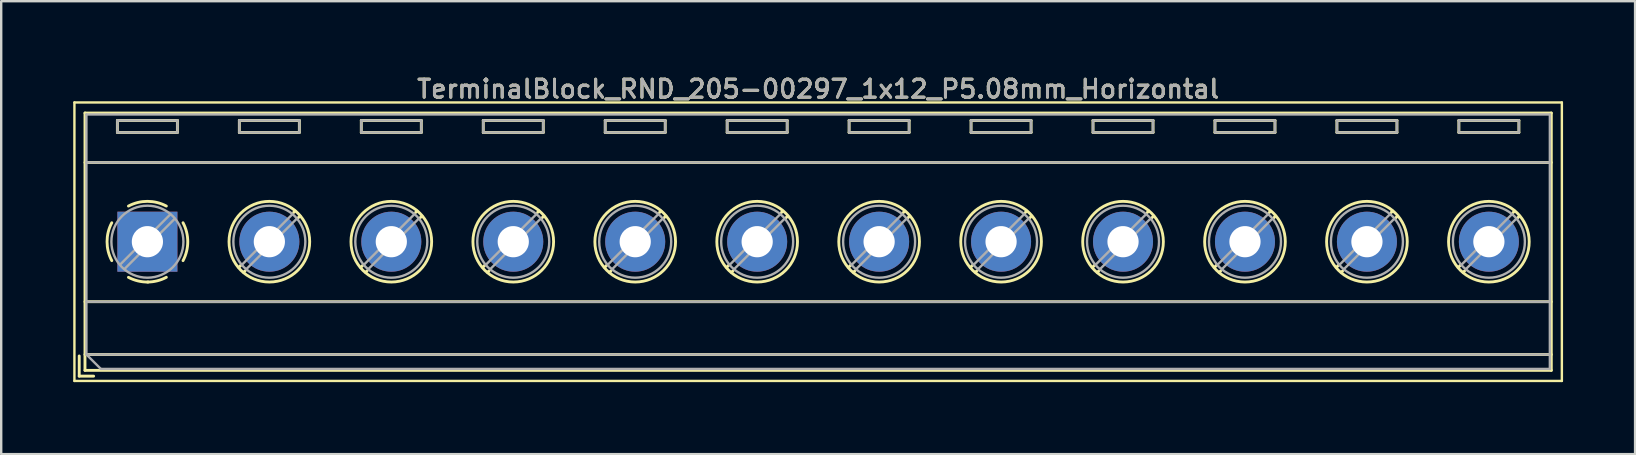
<source format=kicad_pcb>
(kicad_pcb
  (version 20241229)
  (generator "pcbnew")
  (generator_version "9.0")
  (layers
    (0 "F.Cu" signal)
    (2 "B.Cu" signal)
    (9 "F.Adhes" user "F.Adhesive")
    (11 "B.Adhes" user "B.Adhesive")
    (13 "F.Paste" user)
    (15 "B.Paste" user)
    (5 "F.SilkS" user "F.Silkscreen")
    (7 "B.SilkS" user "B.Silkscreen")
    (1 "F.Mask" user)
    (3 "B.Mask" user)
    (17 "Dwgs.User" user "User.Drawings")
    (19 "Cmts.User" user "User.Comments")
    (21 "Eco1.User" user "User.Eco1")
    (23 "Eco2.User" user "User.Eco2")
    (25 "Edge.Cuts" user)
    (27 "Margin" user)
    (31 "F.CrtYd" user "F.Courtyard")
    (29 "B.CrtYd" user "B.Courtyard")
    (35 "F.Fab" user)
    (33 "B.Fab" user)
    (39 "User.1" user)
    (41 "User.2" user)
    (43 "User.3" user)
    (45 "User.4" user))
  (footprint "TerminalBlock_RND_205-00297_1x12_P5.08mm_Horizontal"
    (layer "F.Cu")
    (at 3.09 7.018)
    (property "Reference" "TerminalBlock_RND_205-00297_1x12_P5.08mm_Horizontal" (at 27.94 -6.36 0) (layer "F.SilkS") (effects (font (size 0.75 0.75) (thickness 0.125))))
    (attr through_hole)
    (fp_line (start -3.04 -5.8) (end -3.04 5.8) (stroke (width 0.1) (type solid)) (layer "F.SilkS"))
    (fp_line (start -3.04 5.8) (end 58.92 5.8) (stroke (width 0.1) (type solid)) (layer "F.SilkS"))
    (fp_line (start -2.84 4.76) (end -2.84 5.6) (stroke (width 0.12) (type solid)) (layer "F.SilkS"))
    (fp_line (start -2.84 5.6) (end -2.24 5.6) (stroke (width 0.12) (type solid)) (layer "F.SilkS"))
    (fp_line (start -2.6 -5.36) (end -2.6 5.36) (stroke (width 0.12) (type solid)) (layer "F.SilkS"))
    (fp_line (start -2.6 -5.36) (end 58.48 -5.36) (stroke (width 0.12) (type solid)) (layer "F.SilkS"))
    (fp_line (start -2.6 -3.3) (end 58.48 -3.3) (stroke (width 0.12) (type solid)) (layer "F.SilkS"))
    (fp_line (start -2.6 2.5) (end 58.48 2.5) (stroke (width 0.12) (type solid)) (layer "F.SilkS"))
    (fp_line (start -2.6 4.7) (end 58.48 4.7) (stroke (width 0.12) (type solid)) (layer "F.SilkS"))
    (fp_line (start -2.6 5.36) (end 58.48 5.36) (stroke (width 0.12) (type solid)) (layer "F.SilkS"))
    (fp_line (start -1.25 -5.05) (end -1.25 -4.55) (stroke (width 0.12) (type solid)) (layer "F.SilkS"))
    (fp_line (start -1.25 -5.05) (end 1.25 -5.05) (stroke (width 0.12) (type solid)) (layer "F.SilkS"))
    (fp_line (start -1.25 -4.55) (end 1.25 -4.55) (stroke (width 0.12) (type solid)) (layer "F.SilkS"))
    (fp_line (start 1.25 -5.05) (end 1.25 -4.55) (stroke (width 0.12) (type solid)) (layer "F.SilkS"))
    (fp_line (start 3.83 -5.05) (end 3.83 -4.55) (stroke (width 0.12) (type solid)) (layer "F.SilkS"))
    (fp_line (start 3.83 -5.05) (end 6.33 -5.05) (stroke (width 0.12) (type solid)) (layer "F.SilkS"))
    (fp_line (start 3.83 -4.55) (end 6.33 -4.55) (stroke (width 0.12) (type solid)) (layer "F.SilkS"))
    (fp_line (start 3.9 0.976) (end 3.806 1.069) (stroke (width 0.12) (type solid)) (layer "F.SilkS"))
    (fp_line (start 4.07 1.216) (end 4.011 1.274) (stroke (width 0.12) (type solid)) (layer "F.SilkS"))
    (fp_line (start 6.15 -1.275) (end 6.091 -1.216) (stroke (width 0.12) (type solid)) (layer "F.SilkS"))
    (fp_line (start 6.33 -5.05) (end 6.33 -4.55) (stroke (width 0.12) (type solid)) (layer "F.SilkS"))
    (fp_line (start 6.355 -1.069) (end 6.261 -0.976) (stroke (width 0.12) (type solid)) (layer "F.SilkS"))
    (fp_line (start 8.91 -5.05) (end 8.91 -4.55) (stroke (width 0.12) (type solid)) (layer "F.SilkS"))
    (fp_line (start 8.91 -5.05) (end 11.41 -5.05) (stroke (width 0.12) (type solid)) (layer "F.SilkS"))
    (fp_line (start 8.91 -4.55) (end 11.41 -4.55) (stroke (width 0.12) (type solid)) (layer "F.SilkS"))
    (fp_line (start 8.98 0.976) (end 8.886 1.069) (stroke (width 0.12) (type solid)) (layer "F.SilkS"))
    (fp_line (start 9.15 1.216) (end 9.091 1.274) (stroke (width 0.12) (type solid)) (layer "F.SilkS"))
    (fp_line (start 11.23 -1.275) (end 11.171 -1.216) (stroke (width 0.12) (type solid)) (layer "F.SilkS"))
    (fp_line (start 11.41 -5.05) (end 11.41 -4.55) (stroke (width 0.12) (type solid)) (layer "F.SilkS"))
    (fp_line (start 11.435 -1.069) (end 11.341 -0.976) (stroke (width 0.12) (type solid)) (layer "F.SilkS"))
    (fp_line (start 13.99 -5.05) (end 13.99 -4.55) (stroke (width 0.12) (type solid)) (layer "F.SilkS"))
    (fp_line (start 13.99 -5.05) (end 16.49 -5.05) (stroke (width 0.12) (type solid)) (layer "F.SilkS"))
    (fp_line (start 13.99 -4.55) (end 16.49 -4.55) (stroke (width 0.12) (type solid)) (layer "F.SilkS"))
    (fp_line (start 14.06 0.976) (end 13.966 1.069) (stroke (width 0.12) (type solid)) (layer "F.SilkS"))
    (fp_line (start 14.23 1.216) (end 14.171 1.274) (stroke (width 0.12) (type solid)) (layer "F.SilkS"))
    (fp_line (start 16.31 -1.275) (end 16.251 -1.216) (stroke (width 0.12) (type solid)) (layer "F.SilkS"))
    (fp_line (start 16.49 -5.05) (end 16.49 -4.55) (stroke (width 0.12) (type solid)) (layer "F.SilkS"))
    (fp_line (start 16.515 -1.069) (end 16.421 -0.976) (stroke (width 0.12) (type solid)) (layer "F.SilkS"))
    (fp_line (start 19.07 -5.05) (end 19.07 -4.55) (stroke (width 0.12) (type solid)) (layer "F.SilkS"))
    (fp_line (start 19.07 -5.05) (end 21.57 -5.05) (stroke (width 0.12) (type solid)) (layer "F.SilkS"))
    (fp_line (start 19.07 -4.55) (end 21.57 -4.55) (stroke (width 0.12) (type solid)) (layer "F.SilkS"))
    (fp_line (start 19.14 0.976) (end 19.046 1.069) (stroke (width 0.12) (type solid)) (layer "F.SilkS"))
    (fp_line (start 19.31 1.216) (end 19.251 1.274) (stroke (width 0.12) (type solid)) (layer "F.SilkS"))
    (fp_line (start 21.39 -1.275) (end 21.331 -1.216) (stroke (width 0.12) (type solid)) (layer "F.SilkS"))
    (fp_line (start 21.57 -5.05) (end 21.57 -4.55) (stroke (width 0.12) (type solid)) (layer "F.SilkS"))
    (fp_line (start 21.595 -1.069) (end 21.501 -0.976) (stroke (width 0.12) (type solid)) (layer "F.SilkS"))
    (fp_line (start 24.15 -5.05) (end 24.15 -4.55) (stroke (width 0.12) (type solid)) (layer "F.SilkS"))
    (fp_line (start 24.15 -5.05) (end 26.65 -5.05) (stroke (width 0.12) (type solid)) (layer "F.SilkS"))
    (fp_line (start 24.15 -4.55) (end 26.65 -4.55) (stroke (width 0.12) (type solid)) (layer "F.SilkS"))
    (fp_line (start 24.22 0.976) (end 24.126 1.069) (stroke (width 0.12) (type solid)) (layer "F.SilkS"))
    (fp_line (start 24.39 1.216) (end 24.331 1.274) (stroke (width 0.12) (type solid)) (layer "F.SilkS"))
    (fp_line (start 26.47 -1.275) (end 26.411 -1.216) (stroke (width 0.12) (type solid)) (layer "F.SilkS"))
    (fp_line (start 26.65 -5.05) (end 26.65 -4.55) (stroke (width 0.12) (type solid)) (layer "F.SilkS"))
    (fp_line (start 26.675 -1.069) (end 26.581 -0.976) (stroke (width 0.12) (type solid)) (layer "F.SilkS"))
    (fp_line (start 29.23 -5.05) (end 29.23 -4.55) (stroke (width 0.12) (type solid)) (layer "F.SilkS"))
    (fp_line (start 29.23 -5.05) (end 31.73 -5.05) (stroke (width 0.12) (type solid)) (layer "F.SilkS"))
    (fp_line (start 29.23 -4.55) (end 31.73 -4.55) (stroke (width 0.12) (type solid)) (layer "F.SilkS"))
    (fp_line (start 29.3 0.976) (end 29.206 1.069) (stroke (width 0.12) (type solid)) (layer "F.SilkS"))
    (fp_line (start 29.47 1.216) (end 29.411 1.274) (stroke (width 0.12) (type solid)) (layer "F.SilkS"))
    (fp_line (start 31.55 -1.275) (end 31.491 -1.216) (stroke (width 0.12) (type solid)) (layer "F.SilkS"))
    (fp_line (start 31.73 -5.05) (end 31.73 -4.55) (stroke (width 0.12) (type solid)) (layer "F.SilkS"))
    (fp_line (start 31.755 -1.069) (end 31.661 -0.976) (stroke (width 0.12) (type solid)) (layer "F.SilkS"))
    (fp_line (start 34.31 -5.05) (end 34.31 -4.55) (stroke (width 0.12) (type solid)) (layer "F.SilkS"))
    (fp_line (start 34.31 -5.05) (end 36.81 -5.05) (stroke (width 0.12) (type solid)) (layer "F.SilkS"))
    (fp_line (start 34.31 -4.55) (end 36.81 -4.55) (stroke (width 0.12) (type solid)) (layer "F.SilkS"))
    (fp_line (start 34.38 0.976) (end 34.286 1.069) (stroke (width 0.12) (type solid)) (layer "F.SilkS"))
    (fp_line (start 34.55 1.216) (end 34.491 1.274) (stroke (width 0.12) (type solid)) (layer "F.SilkS"))
    (fp_line (start 36.63 -1.275) (end 36.571 -1.216) (stroke (width 0.12) (type solid)) (layer "F.SilkS"))
    (fp_line (start 36.81 -5.05) (end 36.81 -4.55) (stroke (width 0.12) (type solid)) (layer "F.SilkS"))
    (fp_line (start 36.835 -1.069) (end 36.741 -0.976) (stroke (width 0.12) (type solid)) (layer "F.SilkS"))
    (fp_line (start 39.39 -5.05) (end 39.39 -4.55) (stroke (width 0.12) (type solid)) (layer "F.SilkS"))
    (fp_line (start 39.39 -5.05) (end 41.89 -5.05) (stroke (width 0.12) (type solid)) (layer "F.SilkS"))
    (fp_line (start 39.39 -4.55) (end 41.89 -4.55) (stroke (width 0.12) (type solid)) (layer "F.SilkS"))
    (fp_line (start 39.46 0.976) (end 39.366 1.069) (stroke (width 0.12) (type solid)) (layer "F.SilkS"))
    (fp_line (start 39.63 1.216) (end 39.571 1.274) (stroke (width 0.12) (type solid)) (layer "F.SilkS"))
    (fp_line (start 41.71 -1.275) (end 41.651 -1.216) (stroke (width 0.12) (type solid)) (layer "F.SilkS"))
    (fp_line (start 41.89 -5.05) (end 41.89 -4.55) (stroke (width 0.12) (type solid)) (layer "F.SilkS"))
    (fp_line (start 41.915 -1.069) (end 41.821 -0.976) (stroke (width 0.12) (type solid)) (layer "F.SilkS"))
    (fp_line (start 44.47 -5.05) (end 44.47 -4.55) (stroke (width 0.12) (type solid)) (layer "F.SilkS"))
    (fp_line (start 44.47 -5.05) (end 46.97 -5.05) (stroke (width 0.12) (type solid)) (layer "F.SilkS"))
    (fp_line (start 44.47 -4.55) (end 46.97 -4.55) (stroke (width 0.12) (type solid)) (layer "F.SilkS"))
    (fp_line (start 44.54 0.976) (end 44.446 1.069) (stroke (width 0.12) (type solid)) (layer "F.SilkS"))
    (fp_line (start 44.71 1.216) (end 44.651 1.274) (stroke (width 0.12) (type solid)) (layer "F.SilkS"))
    (fp_line (start 46.79 -1.275) (end 46.731 -1.216) (stroke (width 0.12) (type solid)) (layer "F.SilkS"))
    (fp_line (start 46.97 -5.05) (end 46.97 -4.55) (stroke (width 0.12) (type solid)) (layer "F.SilkS"))
    (fp_line (start 46.995 -1.069) (end 46.901 -0.976) (stroke (width 0.12) (type solid)) (layer "F.SilkS"))
    (fp_line (start 49.55 -5.05) (end 49.55 -4.55) (stroke (width 0.12) (type solid)) (layer "F.SilkS"))
    (fp_line (start 49.55 -5.05) (end 52.05 -5.05) (stroke (width 0.12) (type solid)) (layer "F.SilkS"))
    (fp_line (start 49.55 -4.55) (end 52.05 -4.55) (stroke (width 0.12) (type solid)) (layer "F.SilkS"))
    (fp_line (start 49.62 0.976) (end 49.526 1.069) (stroke (width 0.12) (type solid)) (layer "F.SilkS"))
    (fp_line (start 49.79 1.216) (end 49.731 1.274) (stroke (width 0.12) (type solid)) (layer "F.SilkS"))
    (fp_line (start 51.87 -1.275) (end 51.811 -1.216) (stroke (width 0.12) (type solid)) (layer "F.SilkS"))
    (fp_line (start 52.05 -5.05) (end 52.05 -4.55) (stroke (width 0.12) (type solid)) (layer "F.SilkS"))
    (fp_line (start 52.075 -1.069) (end 51.981 -0.976) (stroke (width 0.12) (type solid)) (layer "F.SilkS"))
    (fp_line (start 54.63 -5.05) (end 54.63 -4.55) (stroke (width 0.12) (type solid)) (layer "F.SilkS"))
    (fp_line (start 54.63 -5.05) (end 57.13 -5.05) (stroke (width 0.12) (type solid)) (layer "F.SilkS"))
    (fp_line (start 54.63 -4.55) (end 57.13 -4.55) (stroke (width 0.12) (type solid)) (layer "F.SilkS"))
    (fp_line (start 54.7 0.976) (end 54.606 1.069) (stroke (width 0.12) (type solid)) (layer "F.SilkS"))
    (fp_line (start 54.87 1.216) (end 54.811 1.274) (stroke (width 0.12) (type solid)) (layer "F.SilkS"))
    (fp_line (start 56.95 -1.275) (end 56.891 -1.216) (stroke (width 0.12) (type solid)) (layer "F.SilkS"))
    (fp_line (start 57.13 -5.05) (end 57.13 -4.55) (stroke (width 0.12) (type solid)) (layer "F.SilkS"))
    (fp_line (start 57.155 -1.069) (end 57.061 -0.976) (stroke (width 0.12) (type solid)) (layer "F.SilkS"))
    (fp_line (start 58.48 -5.36) (end 58.48 5.36) (stroke (width 0.12) (type solid)) (layer "F.SilkS"))
    (fp_line (start 58.92 -5.8) (end -3.04 -5.8) (stroke (width 0.1) (type solid)) (layer "F.SilkS"))
    (fp_line (start 58.92 5.8) (end 58.92 -5.8) (stroke (width 0.1) (type solid)) (layer "F.SilkS"))
    (fp_arc (start -1.483953 0.789089) (mid -1.680708 0.00005) (end -1.484 -0.789) (stroke (width 0.12) (type solid)) (layer "F.SilkS"))
    (fp_arc (start -0.789089 -1.483953) (mid -0.00005 -1.680708) (end 0.789 -1.484) (stroke (width 0.12) (type solid)) (layer "F.SilkS"))
    (fp_arc (start 0.029383 1.68045) (mid -0.392304 1.634281) (end -0.789 1.484) (stroke (width 0.12) (type solid)) (layer "F.SilkS"))
    (fp_arc (start 0.788712 1.483352) (mid 0.406429 1.630097) (end 0 1.68) (stroke (width 0.12) (type solid)) (layer "F.SilkS"))
    (fp_arc (start 1.483953 -0.789089) (mid 1.680708 -0.00005) (end 1.484 0.789) (stroke (width 0.12) (type solid)) (layer "F.SilkS"))
    (fp_circle (center 5.08 0) (end 6.76 0) (stroke (width 0.12) (type solid)) (fill no) (layer "F.SilkS"))
    (fp_circle (center 10.16 0) (end 11.84 0) (stroke (width 0.12) (type solid)) (fill no) (layer "F.SilkS"))
    (fp_circle (center 15.24 0) (end 16.92 0) (stroke (width 0.12) (type solid)) (fill no) (layer "F.SilkS"))
    (fp_circle (center 20.32 0) (end 22 0) (stroke (width 0.12) (type solid)) (fill no) (layer "F.SilkS"))
    (fp_circle (center 25.4 0) (end 27.08 0) (stroke (width 0.12) (type solid)) (fill no) (layer "F.SilkS"))
    (fp_circle (center 30.48 0) (end 32.16 0) (stroke (width 0.12) (type solid)) (fill no) (layer "F.SilkS"))
    (fp_circle (center 35.56 0) (end 37.24 0) (stroke (width 0.12) (type solid)) (fill no) (layer "F.SilkS"))
    (fp_circle (center 40.64 0) (end 42.32 0) (stroke (width 0.12) (type solid)) (fill no) (layer "F.SilkS"))
    (fp_circle (center 45.72 0) (end 47.4 0) (stroke (width 0.12) (type solid)) (fill no) (layer "F.SilkS"))
    (fp_circle (center 50.8 0) (end 52.48 0) (stroke (width 0.12) (type solid)) (fill no) (layer "F.SilkS"))
    (fp_circle (center 55.88 0) (end 57.56 0) (stroke (width 0.12) (type solid)) (fill no) (layer "F.SilkS"))
    (fp_line (start -2.54 -5.3) (end 58.42 -5.3) (stroke (width 0.1) (type solid)) (layer "F.Fab"))
    (fp_line (start -2.54 -3.3) (end 58.42 -3.3) (stroke (width 0.1) (type solid)) (layer "F.Fab"))
    (fp_line (start -2.54 2.5) (end 58.42 2.5) (stroke (width 0.1) (type solid)) (layer "F.Fab"))
    (fp_line (start -2.54 4.7) (end -2.54 -5.3) (stroke (width 0.1) (type solid)) (layer "F.Fab"))
    (fp_line (start -2.54 4.7) (end 58.42 4.7) (stroke (width 0.1) (type solid)) (layer "F.Fab"))
    (fp_line (start -1.94 5.3) (end -2.54 4.7) (stroke (width 0.1) (type solid)) (layer "F.Fab"))
    (fp_line (start -1.25 -5.05) (end -1.25 -4.55) (stroke (width 0.1) (type solid)) (layer "F.Fab"))
    (fp_line (start -1.25 -4.55) (end 1.25 -4.55) (stroke (width 0.1) (type solid)) (layer "F.Fab"))
    (fp_line (start 0.955 -1.138) (end -1.138 0.955) (stroke (width 0.1) (type solid)) (layer "F.Fab"))
    (fp_line (start 1.138 -0.955) (end -0.955 1.138) (stroke (width 0.1) (type solid)) (layer "F.Fab"))
    (fp_line (start 1.25 -5.05) (end -1.25 -5.05) (stroke (width 0.1) (type solid)) (layer "F.Fab"))
    (fp_line (start 1.25 -4.55) (end 1.25 -5.05) (stroke (width 0.1) (type solid)) (layer "F.Fab"))
    (fp_line (start 3.83 -5.05) (end 3.83 -4.55) (stroke (width 0.1) (type solid)) (layer "F.Fab"))
    (fp_line (start 3.83 -4.55) (end 6.33 -4.55) (stroke (width 0.1) (type solid)) (layer "F.Fab"))
    (fp_line (start 6.035 -1.138) (end 3.943 0.955) (stroke (width 0.1) (type solid)) (layer "F.Fab"))
    (fp_line (start 6.218 -0.955) (end 4.126 1.138) (stroke (width 0.1) (type solid)) (layer "F.Fab"))
    (fp_line (start 6.33 -5.05) (end 3.83 -5.05) (stroke (width 0.1) (type solid)) (layer "F.Fab"))
    (fp_line (start 6.33 -4.55) (end 6.33 -5.05) (stroke (width 0.1) (type solid)) (layer "F.Fab"))
    (fp_line (start 8.91 -5.05) (end 8.91 -4.55) (stroke (width 0.1) (type solid)) (layer "F.Fab"))
    (fp_line (start 8.91 -4.55) (end 11.41 -4.55) (stroke (width 0.1) (type solid)) (layer "F.Fab"))
    (fp_line (start 11.115 -1.138) (end 9.023 0.955) (stroke (width 0.1) (type solid)) (layer "F.Fab"))
    (fp_line (start 11.298 -0.955) (end 9.206 1.138) (stroke (width 0.1) (type solid)) (layer "F.Fab"))
    (fp_line (start 11.41 -5.05) (end 8.91 -5.05) (stroke (width 0.1) (type solid)) (layer "F.Fab"))
    (fp_line (start 11.41 -4.55) (end 11.41 -5.05) (stroke (width 0.1) (type solid)) (layer "F.Fab"))
    (fp_line (start 13.99 -5.05) (end 13.99 -4.55) (stroke (width 0.1) (type solid)) (layer "F.Fab"))
    (fp_line (start 13.99 -4.55) (end 16.49 -4.55) (stroke (width 0.1) (type solid)) (layer "F.Fab"))
    (fp_line (start 16.195 -1.138) (end 14.103 0.955) (stroke (width 0.1) (type solid)) (layer "F.Fab"))
    (fp_line (start 16.378 -0.955) (end 14.286 1.138) (stroke (width 0.1) (type solid)) (layer "F.Fab"))
    (fp_line (start 16.49 -5.05) (end 13.99 -5.05) (stroke (width 0.1) (type solid)) (layer "F.Fab"))
    (fp_line (start 16.49 -4.55) (end 16.49 -5.05) (stroke (width 0.1) (type solid)) (layer "F.Fab"))
    (fp_line (start 19.07 -5.05) (end 19.07 -4.55) (stroke (width 0.1) (type solid)) (layer "F.Fab"))
    (fp_line (start 19.07 -4.55) (end 21.57 -4.55) (stroke (width 0.1) (type solid)) (layer "F.Fab"))
    (fp_line (start 21.275 -1.138) (end 19.183 0.955) (stroke (width 0.1) (type solid)) (layer "F.Fab"))
    (fp_line (start 21.458 -0.955) (end 19.366 1.138) (stroke (width 0.1) (type solid)) (layer "F.Fab"))
    (fp_line (start 21.57 -5.05) (end 19.07 -5.05) (stroke (width 0.1) (type solid)) (layer "F.Fab"))
    (fp_line (start 21.57 -4.55) (end 21.57 -5.05) (stroke (width 0.1) (type solid)) (layer "F.Fab"))
    (fp_line (start 24.15 -5.05) (end 24.15 -4.55) (stroke (width 0.1) (type solid)) (layer "F.Fab"))
    (fp_line (start 24.15 -4.55) (end 26.65 -4.55) (stroke (width 0.1) (type solid)) (layer "F.Fab"))
    (fp_line (start 26.355 -1.138) (end 24.263 0.955) (stroke (width 0.1) (type solid)) (layer "F.Fab"))
    (fp_line (start 26.538 -0.955) (end 24.446 1.138) (stroke (width 0.1) (type solid)) (layer "F.Fab"))
    (fp_line (start 26.65 -5.05) (end 24.15 -5.05) (stroke (width 0.1) (type solid)) (layer "F.Fab"))
    (fp_line (start 26.65 -4.55) (end 26.65 -5.05) (stroke (width 0.1) (type solid)) (layer "F.Fab"))
    (fp_line (start 29.23 -5.05) (end 29.23 -4.55) (stroke (width 0.1) (type solid)) (layer "F.Fab"))
    (fp_line (start 29.23 -4.55) (end 31.73 -4.55) (stroke (width 0.1) (type solid)) (layer "F.Fab"))
    (fp_line (start 31.435 -1.138) (end 29.343 0.955) (stroke (width 0.1) (type solid)) (layer "F.Fab"))
    (fp_line (start 31.618 -0.955) (end 29.526 1.138) (stroke (width 0.1) (type solid)) (layer "F.Fab"))
    (fp_line (start 31.73 -5.05) (end 29.23 -5.05) (stroke (width 0.1) (type solid)) (layer "F.Fab"))
    (fp_line (start 31.73 -4.55) (end 31.73 -5.05) (stroke (width 0.1) (type solid)) (layer "F.Fab"))
    (fp_line (start 34.31 -5.05) (end 34.31 -4.55) (stroke (width 0.1) (type solid)) (layer "F.Fab"))
    (fp_line (start 34.31 -4.55) (end 36.81 -4.55) (stroke (width 0.1) (type solid)) (layer "F.Fab"))
    (fp_line (start 36.515 -1.138) (end 34.423 0.955) (stroke (width 0.1) (type solid)) (layer "F.Fab"))
    (fp_line (start 36.698 -0.955) (end 34.606 1.138) (stroke (width 0.1) (type solid)) (layer "F.Fab"))
    (fp_line (start 36.81 -5.05) (end 34.31 -5.05) (stroke (width 0.1) (type solid)) (layer "F.Fab"))
    (fp_line (start 36.81 -4.55) (end 36.81 -5.05) (stroke (width 0.1) (type solid)) (layer "F.Fab"))
    (fp_line (start 39.39 -5.05) (end 39.39 -4.55) (stroke (width 0.1) (type solid)) (layer "F.Fab"))
    (fp_line (start 39.39 -4.55) (end 41.89 -4.55) (stroke (width 0.1) (type solid)) (layer "F.Fab"))
    (fp_line (start 41.595 -1.138) (end 39.503 0.955) (stroke (width 0.1) (type solid)) (layer "F.Fab"))
    (fp_line (start 41.778 -0.955) (end 39.686 1.138) (stroke (width 0.1) (type solid)) (layer "F.Fab"))
    (fp_line (start 41.89 -5.05) (end 39.39 -5.05) (stroke (width 0.1) (type solid)) (layer "F.Fab"))
    (fp_line (start 41.89 -4.55) (end 41.89 -5.05) (stroke (width 0.1) (type solid)) (layer "F.Fab"))
    (fp_line (start 44.47 -5.05) (end 44.47 -4.55) (stroke (width 0.1) (type solid)) (layer "F.Fab"))
    (fp_line (start 44.47 -4.55) (end 46.97 -4.55) (stroke (width 0.1) (type solid)) (layer "F.Fab"))
    (fp_line (start 46.675 -1.138) (end 44.583 0.955) (stroke (width 0.1) (type solid)) (layer "F.Fab"))
    (fp_line (start 46.858 -0.955) (end 44.766 1.138) (stroke (width 0.1) (type solid)) (layer "F.Fab"))
    (fp_line (start 46.97 -5.05) (end 44.47 -5.05) (stroke (width 0.1) (type solid)) (layer "F.Fab"))
    (fp_line (start 46.97 -4.55) (end 46.97 -5.05) (stroke (width 0.1) (type solid)) (layer "F.Fab"))
    (fp_line (start 49.55 -5.05) (end 49.55 -4.55) (stroke (width 0.1) (type solid)) (layer "F.Fab"))
    (fp_line (start 49.55 -4.55) (end 52.05 -4.55) (stroke (width 0.1) (type solid)) (layer "F.Fab"))
    (fp_line (start 51.755 -1.138) (end 49.663 0.955) (stroke (width 0.1) (type solid)) (layer "F.Fab"))
    (fp_line (start 51.938 -0.955) (end 49.846 1.138) (stroke (width 0.1) (type solid)) (layer "F.Fab"))
    (fp_line (start 52.05 -5.05) (end 49.55 -5.05) (stroke (width 0.1) (type solid)) (layer "F.Fab"))
    (fp_line (start 52.05 -4.55) (end 52.05 -5.05) (stroke (width 0.1) (type solid)) (layer "F.Fab"))
    (fp_line (start 54.63 -5.05) (end 54.63 -4.55) (stroke (width 0.1) (type solid)) (layer "F.Fab"))
    (fp_line (start 54.63 -4.55) (end 57.13 -4.55) (stroke (width 0.1) (type solid)) (layer "F.Fab"))
    (fp_line (start 56.835 -1.138) (end 54.743 0.955) (stroke (width 0.1) (type solid)) (layer "F.Fab"))
    (fp_line (start 57.018 -0.955) (end 54.926 1.138) (stroke (width 0.1) (type solid)) (layer "F.Fab"))
    (fp_line (start 57.13 -5.05) (end 54.63 -5.05) (stroke (width 0.1) (type solid)) (layer "F.Fab"))
    (fp_line (start 57.13 -4.55) (end 57.13 -5.05) (stroke (width 0.1) (type solid)) (layer "F.Fab"))
    (fp_line (start 58.42 -5.3) (end 58.42 5.3) (stroke (width 0.1) (type solid)) (layer "F.Fab"))
    (fp_line (start 58.42 5.3) (end -1.94 5.3) (stroke (width 0.1) (type solid)) (layer "F.Fab"))
    (fp_circle (center 0 0) (end 1.5 0) (stroke (width 0.1) (type solid)) (fill no) (layer "F.Fab"))
    (fp_circle (center 5.08 0) (end 6.58 0) (stroke (width 0.1) (type solid)) (fill no) (layer "F.Fab"))
    (fp_circle (center 10.16 0) (end 11.66 0) (stroke (width 0.1) (type solid)) (fill no) (layer "F.Fab"))
    (fp_circle (center 15.24 0) (end 16.74 0) (stroke (width 0.1) (type solid)) (fill no) (layer "F.Fab"))
    (fp_circle (center 20.32 0) (end 21.82 0) (stroke (width 0.1) (type solid)) (fill no) (layer "F.Fab"))
    (fp_circle (center 25.4 0) (end 26.9 0) (stroke (width 0.1) (type solid)) (fill no) (layer "F.Fab"))
    (fp_circle (center 30.48 0) (end 31.98 0) (stroke (width 0.1) (type solid)) (fill no) (layer "F.Fab"))
    (fp_circle (center 35.56 0) (end 37.06 0) (stroke (width 0.1) (type solid)) (fill no) (layer "F.Fab"))
    (fp_circle (center 40.64 0) (end 42.14 0) (stroke (width 0.1) (type solid)) (fill no) (layer "F.Fab"))
    (fp_circle (center 45.72 0) (end 47.22 0) (stroke (width 0.1) (type solid)) (fill no) (layer "F.Fab"))
    (fp_circle (center 50.8 0) (end 52.3 0) (stroke (width 0.1) (type solid)) (fill no) (layer "F.Fab"))
    (fp_circle (center 55.88 0) (end 57.38 0) (stroke (width 0.1) (type solid)) (fill no) (layer "F.Fab"))
    (fp_text user "${REFERENCE}" (at 27.94 -6.36 0) (layer "F.Fab") (effects (font (size 0.75 0.75) (thickness 0.125))))
    (pad "1" thru_hole rect (at 0 0) (size 2.5 2.5) (drill 1.3) (layers "*.Cu" "*.Mask"))
    (pad "2" thru_hole circle (at 5.08 0) (size 2.5 2.5) (drill 1.3) (layers "*.Cu" "*.Mask"))
    (pad "3" thru_hole circle (at 10.16 0) (size 2.5 2.5) (drill 1.3) (layers "*.Cu" "*.Mask"))
    (pad "4" thru_hole circle (at 15.24 0) (size 2.5 2.5) (drill 1.3) (layers "*.Cu" "*.Mask"))
    (pad "5" thru_hole circle (at 20.32 0) (size 2.5 2.5) (drill 1.3) (layers "*.Cu" "*.Mask"))
    (pad "6" thru_hole circle (at 25.4 0) (size 2.5 2.5) (drill 1.3) (layers "*.Cu" "*.Mask"))
    (pad "7" thru_hole circle (at 30.48 0) (size 2.5 2.5) (drill 1.3) (layers "*.Cu" "*.Mask"))
    (pad "8" thru_hole circle (at 35.56 0) (size 2.5 2.5) (drill 1.3) (layers "*.Cu" "*.Mask"))
    (pad "9" thru_hole circle (at 40.64 0) (size 2.5 2.5) (drill 1.3) (layers "*.Cu" "*.Mask"))
    (pad "10" thru_hole circle (at 45.72 0) (size 2.5 2.5) (drill 1.3) (layers "*.Cu" "*.Mask"))
    (pad "11" thru_hole circle (at 50.8 0) (size 2.5 2.5) (drill 1.3) (layers "*.Cu" "*.Mask"))
    (pad "12" thru_hole circle (at 55.88 0) (size 2.5 2.5) (drill 1.3) (layers "*.Cu" "*.Mask")))
  (gr_rect
    (start -3 -3)
    (end 65.06 15.868)
    (stroke (width 0.1) (type default))
    (fill no)
    (layer "Edge.Cuts")))
</source>
